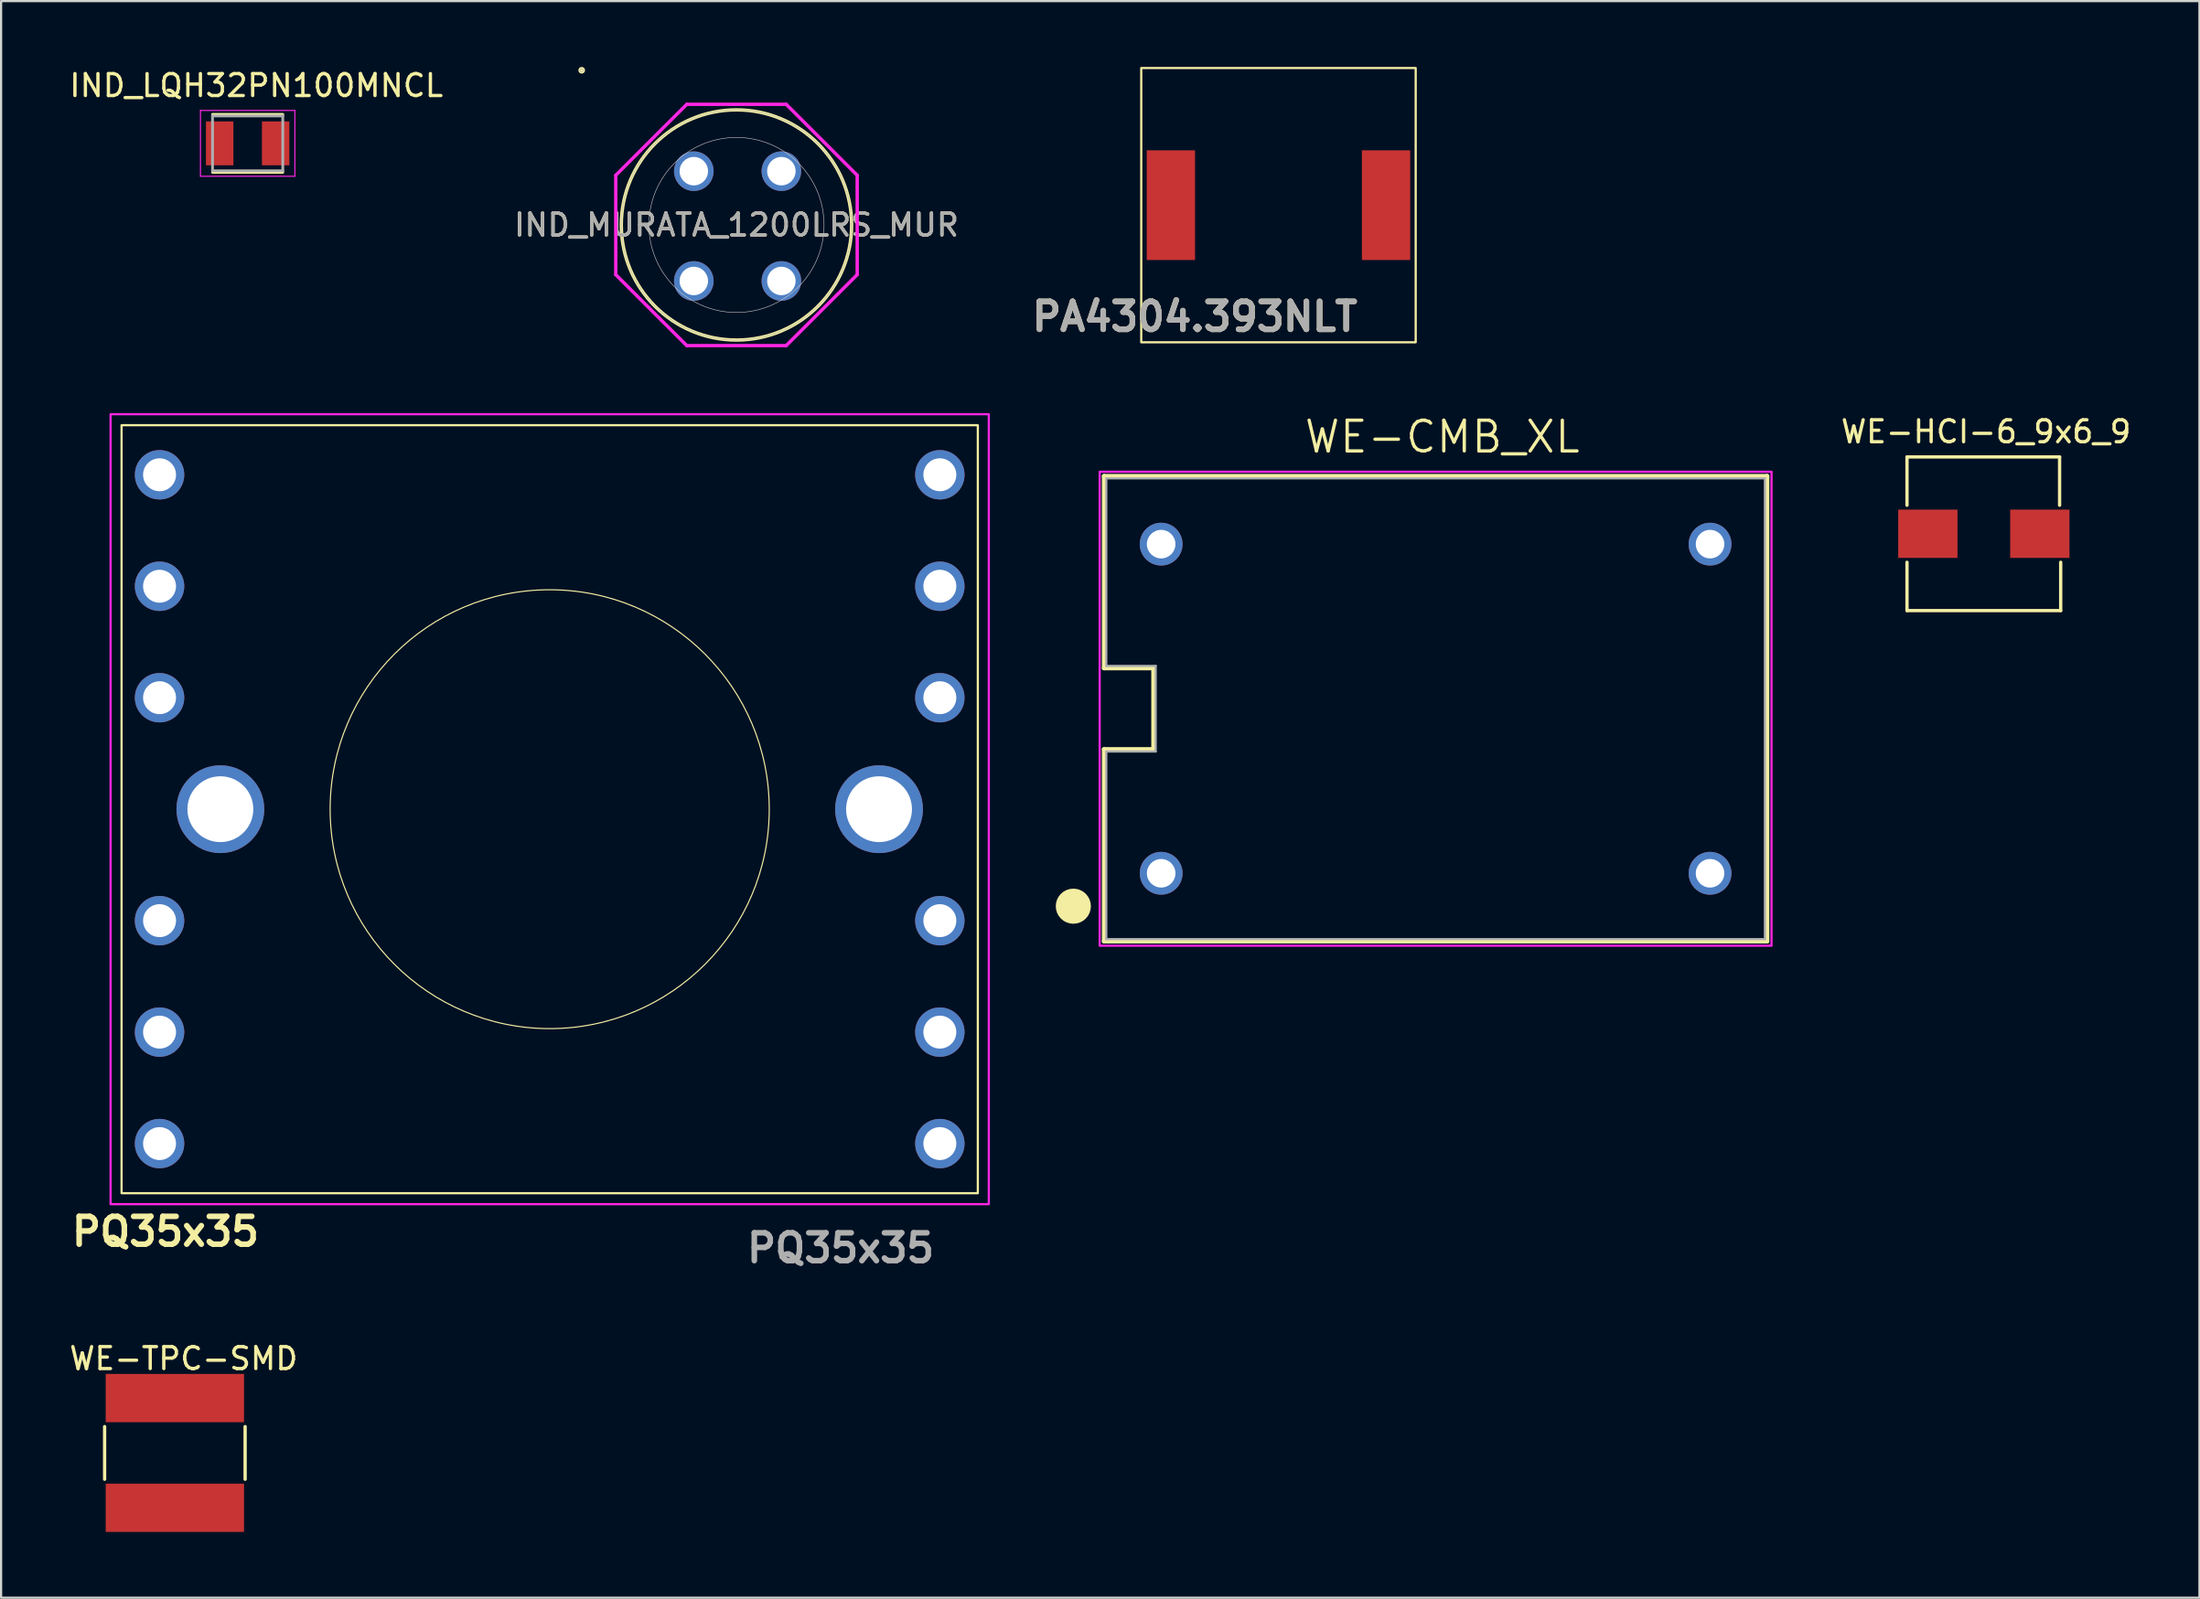
<source format=kicad_pcb>
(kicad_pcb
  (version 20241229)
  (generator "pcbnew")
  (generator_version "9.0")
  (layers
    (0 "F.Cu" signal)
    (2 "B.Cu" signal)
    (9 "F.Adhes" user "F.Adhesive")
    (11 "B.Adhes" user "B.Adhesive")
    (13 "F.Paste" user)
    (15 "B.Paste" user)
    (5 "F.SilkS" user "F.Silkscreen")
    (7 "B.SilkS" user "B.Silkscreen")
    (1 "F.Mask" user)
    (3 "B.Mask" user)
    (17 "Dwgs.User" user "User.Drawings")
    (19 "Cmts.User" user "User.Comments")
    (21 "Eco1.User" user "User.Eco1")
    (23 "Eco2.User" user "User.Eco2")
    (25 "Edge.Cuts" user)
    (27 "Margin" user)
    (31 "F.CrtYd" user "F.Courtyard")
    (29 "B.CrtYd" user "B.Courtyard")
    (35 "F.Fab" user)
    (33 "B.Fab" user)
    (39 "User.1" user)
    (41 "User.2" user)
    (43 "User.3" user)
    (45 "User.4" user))
  (footprint "WE-HCI-6_9x6_9"
    (layer "F.Cu")
    (at 87.308 21.275)
    (property "Reference" "WE-HCI-6_9x6_9" (at 0.1 -4.65 0) (layer "F.SilkS") (effects (font (size 1 1) (thickness 0.15))))
    (attr through_hole)
    (fp_line (start -3.5 -3.5) (end 3.45 -3.5) (stroke (width 0.15) (type solid)) (layer "F.SilkS"))
    (fp_line (start -3.5 -1.3) (end -3.5 -3.5) (stroke (width 0.15) (type solid)) (layer "F.SilkS"))
    (fp_line (start -3.5 3.5) (end -3.5 1.3) (stroke (width 0.15) (type solid)) (layer "F.SilkS"))
    (fp_line (start 3.45 -3.5) (end 3.45 -1.3) (stroke (width 0.15) (type solid)) (layer "F.SilkS"))
    (fp_line (start 3.5 1.3) (end 3.5 3.5) (stroke (width 0.15) (type solid)) (layer "F.SilkS"))
    (fp_line (start 3.5 3.5) (end -3.5 3.5) (stroke (width 0.15) (type solid)) (layer "F.SilkS"))
    (pad "1" smd rect (at -2.55 0) (size 2.7 2.2) (layers "F.Cu" "F.Mask" "F.Paste"))
    (pad "2" smd rect (at 2.55 0) (size 2.7 2.2) (layers "F.Cu" "F.Mask" "F.Paste")))
  (footprint "IND_LQH32PN100MNCL"
    (layer "F.Cu")
    (at 8.23 3.483)
    (property "Reference" "IND_LQH32PN100MNCL" (at 0.395 -2.635 0) (layer "F.SilkS") (effects (font (size 1 1) (thickness 0.15))))
    (attr smd)
    (fp_line (start -1.6 -1.32) (end 1.6 -1.32) (stroke (width 0.127) (type solid)) (layer "F.SilkS"))
    (fp_line (start -1.6 1.32) (end 1.6 1.32) (stroke (width 0.127) (type solid)) (layer "F.SilkS"))
    (fp_line (start -2.15 -1.5) (end 2.15 -1.5) (stroke (width 0.05) (type solid)) (layer "F.CrtYd"))
    (fp_line (start -2.15 1.5) (end -2.15 -1.5) (stroke (width 0.05) (type solid)) (layer "F.CrtYd"))
    (fp_line (start 2.15 -1.5) (end 2.15 1.5) (stroke (width 0.05) (type solid)) (layer "F.CrtYd"))
    (fp_line (start 2.15 1.5) (end -2.15 1.5) (stroke (width 0.05) (type solid)) (layer "F.CrtYd"))
    (fp_line (start -1.6 -1.25) (end 1.6 -1.25) (stroke (width 0.127) (type solid)) (layer "F.Fab"))
    (fp_line (start -1.6 1.25) (end -1.6 -1.25) (stroke (width 0.127) (type solid)) (layer "F.Fab"))
    (fp_line (start 1.6 -1.25) (end 1.6 1.25) (stroke (width 0.127) (type solid)) (layer "F.Fab"))
    (fp_line (start 1.6 1.25) (end -1.6 1.25) (stroke (width 0.127) (type solid)) (layer "F.Fab"))
    (pad "1" smd rect (at -1.275 0) (size 1.25 2) (layers "F.Cu" "F.Mask" "F.Paste"))
    (pad "2" smd rect (at 1.275 0) (size 1.25 2) (layers "F.Cu" "F.Mask" "F.Paste")))
  (footprint "WE-CMB_XL"
    (layer "F.Cu")
    (at 62.337 29.248)
    (property "Reference" "WE-CMB_XL" (at 0.306 -12.389 0) (layer "F.SilkS") (effects (font (size 1.4 1.4) (thickness 0.15))))
    (attr through_hole)
    (fp_line (start -15.1 -10.6) (end 15.1 -10.6) (stroke (width 0.2) (type solid)) (layer "F.SilkS"))
    (fp_line (start -15.1 -1.85) (end -15.1 -10.6) (stroke (width 0.2) (type solid)) (layer "F.SilkS"))
    (fp_line (start -15.1 -1.85) (end -12.85 -1.85) (stroke (width 0.2) (type solid)) (layer "F.SilkS"))
    (fp_line (start -15.1 10.6) (end -15.1 1.85) (stroke (width 0.2) (type solid)) (layer "F.SilkS"))
    (fp_line (start -12.85 -1.85) (end -12.85 1.85) (stroke (width 0.2) (type solid)) (layer "F.SilkS"))
    (fp_line (start -12.85 1.85) (end -15.1 1.85) (stroke (width 0.2) (type solid)) (layer "F.SilkS"))
    (fp_line (start 15.1 -10.6) (end 15.1 10.6) (stroke (width 0.2) (type solid)) (layer "F.SilkS"))
    (fp_line (start 15.1 10.6) (end -15.1 10.6) (stroke (width 0.2) (type solid)) (layer "F.SilkS"))
    (fp_circle (center -16.5 9) (end -16.1 9) (stroke (width 0.8) (type solid)) (fill no) (layer "F.SilkS"))
    (fp_poly (pts (xy -15.3 -10.8) (xy 15.3 -10.8) (xy 15.3 10.8) (xy -15.3 10.8)) (stroke (width 0.1) (type solid)) (fill no) (layer "F.CrtYd"))
    (fp_line (start -15 -10.5) (end -15 -1.95) (stroke (width 0.1) (type solid)) (layer "F.Fab"))
    (fp_line (start -15 -1.95) (end -12.75 -1.95) (stroke (width 0.1) (type solid)) (layer "F.Fab"))
    (fp_line (start -15 1.95) (end -15 10.5) (stroke (width 0.1) (type solid)) (layer "F.Fab"))
    (fp_line (start -15 10.5) (end 15 10.5) (stroke (width 0.1) (type solid)) (layer "F.Fab"))
    (fp_line (start -12.75 -1.95) (end -12.75 1.95) (stroke (width 0.1) (type solid)) (layer "F.Fab"))
    (fp_line (start -12.75 1.95) (end -15 1.95) (stroke (width 0.1) (type solid)) (layer "F.Fab"))
    (fp_line (start 15 -10.5) (end -15 -10.5) (stroke (width 0.1) (type solid)) (layer "F.Fab"))
    (fp_line (start 15 10.5) (end 15 -10.5) (stroke (width 0.1) (type solid)) (layer "F.Fab"))
    (pad "1" thru_hole circle (at -12.5 7.5) (size 1.95 1.95) (drill 1.3) (layers "*.Cu" "*.Mask"))
    (pad "2" thru_hole circle (at 12.5 7.5) (size 1.95 1.95) (drill 1.3) (layers "*.Cu" "*.Mask"))
    (pad "3" thru_hole circle (at 12.5 -7.5) (size 1.95 1.95) (drill 1.3) (layers "*.Cu" "*.Mask"))
    (pad "4" thru_hole circle (at -12.5 -7.5) (size 1.95 1.95) (drill 1.3) (layers "*.Cu" "*.Mask")))
  (footprint "WE-TPC-SMD"
    (layer "F.Cu")
    (at 4.915 63.164)
    (property "Reference" "WE-TPC-SMD" (at 0.4 -4.3 0) (layer "F.SilkS") (effects (font (size 1 1) (thickness 0.15))))
    (attr through_hole)
    (fp_line (start -3.2 -1.2) (end -3.2 1.2) (stroke (width 0.15) (type solid)) (layer "F.SilkS"))
    (fp_line (start 3.2 -1.2) (end 3.2 1.2) (stroke (width 0.15) (type solid)) (layer "F.SilkS"))
    (pad "1" smd rect (at 0 -2.5) (size 6.3 2.2) (layers "F.Cu" "F.Mask" "F.Paste"))
    (pad "2" smd rect (at 0 2.5) (size 6.3 2.2) (layers "F.Cu" "F.Mask" "F.Paste")))
  (footprint "PQ35x35"
    (layer "F.Cu")
    (at 21.987 33.827)
    (property "Reference" "PQ35x35" (at -17.5 19.25 0) (layer "F.SilkS") (effects (font (size 1.27 1.27) (thickness 0.254))))
    (attr through_hole)
    (fp_rect (start -19.5 -17.5) (end 19.5 17.5) (stroke (width 0.1) (type default)) (fill no) (layer "F.SilkS"))
    (fp_circle (center 0 0) (end 10 0) (stroke (width 0.05) (type default)) (fill no) (layer "F.SilkS"))
    (fp_rect (start -20 -18) (end 20 18) (stroke (width 0.1) (type default)) (fill no) (layer "F.CrtYd"))
    (fp_text user "${REFERENCE}" (at 13.25 20 0) (layer "F.Fab") (effects (font (size 1.27 1.27) (thickness 0.254))))
    (pad "1" thru_hole circle (at -17.77 -15.24) (size 2.25 2.25) (drill 1.5) (layers "*.Cu" "*.Mask"))
    (pad "1" thru_hole circle (at -17.77 -10.16) (size 2.25 2.25) (drill 1.5) (layers "*.Cu" "*.Mask"))
    (pad "1" thru_hole circle (at -17.77 -5.08) (size 2.25 2.25) (drill 1.5) (layers "*.Cu" "*.Mask"))
    (pad "1" thru_hole circle (at -17.77 5.08) (size 2.25 2.25) (drill 1.5) (layers "*.Cu" "*.Mask"))
    (pad "1" thru_hole circle (at -17.77 10.16) (size 2.25 2.25) (drill 1.5) (layers "*.Cu" "*.Mask"))
    (pad "1" thru_hole circle (at -17.77 15.24) (size 2.25 2.25) (drill 1.5) (layers "*.Cu" "*.Mask"))
    (pad "1" thru_hole circle (at 17.77 -15.24) (size 2.25 2.25) (drill 1.5) (layers "*.Cu" "*.Mask"))
    (pad "1" thru_hole circle (at 17.77 -10.16) (size 2.25 2.25) (drill 1.5) (layers "*.Cu" "*.Mask"))
    (pad "1" thru_hole circle (at 17.77 -5.08) (size 2.25 2.25) (drill 1.5) (layers "*.Cu" "*.Mask"))
    (pad "1" thru_hole circle (at 17.77 5.08) (size 2.25 2.25) (drill 1.5) (layers "*.Cu" "*.Mask"))
    (pad "1" thru_hole circle (at 17.77 10.16) (size 2.25 2.25) (drill 1.5) (layers "*.Cu" "*.Mask"))
    (pad "1" thru_hole circle (at 17.77 15.24) (size 2.25 2.25) (drill 1.5) (layers "*.Cu" "*.Mask"))
    (pad "2" thru_hole circle (at -15 0) (size 4 4) (drill 3) (layers "*.Cu" "*.Mask"))
    (pad "3" thru_hole circle (at 15 0) (size 4 4) (drill 3) (layers "*.Cu" "*.Mask")))
  (footprint "PA4304.393NLT"
    (layer "F.Cu")
    (at 55.18 6.3)
    (property "Reference" "PA4304.393NLT" (at -3.81 5.08 0) (layer "F.SilkS") (effects (font (size 1.27 1.27) (thickness 0.254))))
    (attr smd)
    (fp_rect (start -6.25 -6.25) (end 6.25 6.25) (stroke (width 0.1) (type default)) (fill no) (layer "F.SilkS"))
    (fp_text user "${REFERENCE}" (at -3.81 5.08 0) (layer "F.Fab") (effects (font (size 1.27 1.27) (thickness 0.254))))
    (pad "1" smd rect (at -4.9 0) (size 2.2 5) (layers "F.Cu" "F.Mask" "F.Paste"))
    (pad "2" smd rect (at 4.9 0) (size 2.2 5) (layers "F.Cu" "F.Mask" "F.Paste")))
  (footprint "IND_MURATA_1200LRS_MUR"
    (layer "F.Cu")
    (at 33.314 10.022)
    (property "Reference" "IND_MURATA_1200LRS_MUR" (at -2.82 -2.82 0) (unlocked yes) (layer "F.SilkS") (effects (font (size 1 1) (thickness 0.15))))
    (attr through_hole)
    (fp_circle (center -9.869 -9.869) (end -9.793 -9.869) (stroke (width 0.152) (type solid)) (fill no) (layer "F.SilkS"))
    (fp_circle (center -2.82 -2.82) (end 2.425 -2.82) (stroke (width 0.152) (type solid)) (fill no) (layer "F.SilkS"))
    (fp_circle (center -2.82 -2.82) (end 1.168 -2.82) (stroke (width 0.025) (type solid)) (fill no) (layer "Dwgs.User"))
    (fp_line (start -8.319 -5.084) (end -5.084 -8.319) (stroke (width 0.152) (type solid)) (layer "F.CrtYd"))
    (fp_line (start -8.319 -0.555) (end -8.319 -5.084) (stroke (width 0.152) (type solid)) (layer "F.CrtYd"))
    (fp_line (start -5.084 -8.319) (end -0.555 -8.319) (stroke (width 0.152) (type solid)) (layer "F.CrtYd"))
    (fp_line (start -5.084 2.679) (end -8.319 -0.555) (stroke (width 0.152) (type solid)) (layer "F.CrtYd"))
    (fp_line (start -0.555 -8.319) (end 2.679 -5.084) (stroke (width 0.152) (type solid)) (layer "F.CrtYd"))
    (fp_line (start -0.555 2.679) (end -5.084 2.679) (stroke (width 0.152) (type solid)) (layer "F.CrtYd"))
    (fp_line (start 2.679 -5.084) (end 2.679 -0.555) (stroke (width 0.152) (type solid)) (layer "F.CrtYd"))
    (fp_line (start 2.679 -0.555) (end -0.555 2.679) (stroke (width 0.152) (type solid)) (layer "F.CrtYd"))
    (fp_circle (center -9.869 -9.869) (end -9.793 -9.869) (stroke (width 0.025) (type solid)) (fill no) (layer "F.Fab"))
    (fp_circle (center -2.82 -2.82) (end 2.425 -2.82) (stroke (width 0.025) (type solid)) (fill no) (layer "F.Fab"))
    (fp_text user "${REFERENCE}" (at -2.82 -2.82 0) (unlocked yes) (layer "F.Fab") (effects (font (size 1 1) (thickness 0.15))))
    (pad "1" thru_hole circle (at -4.763 -5.271) (size 1.803 1.803) (drill 1.295) (layers "*.Cu" "*.Mask"))
    (pad "2" thru_hole circle (at -4.763 -0.267 90) (size 1.803 1.803) (drill 1.295) (layers "*.Cu" "*.Mask"))
    (pad "3" thru_hole circle (at -0.775 -0.267) (size 1.803 1.803) (drill 1.295) (layers "*.Cu" "*.Mask"))
    (pad "4" thru_hole circle (at -0.775 -5.271 90) (size 1.803 1.803) (drill 1.295) (layers "*.Cu" "*.Mask")))
  (gr_rect
    (start -3 -3)
    (end 97.128 69.764)
    (stroke (width 0.1) (type default))
    (fill no)
    (layer "Edge.Cuts")))
</source>
